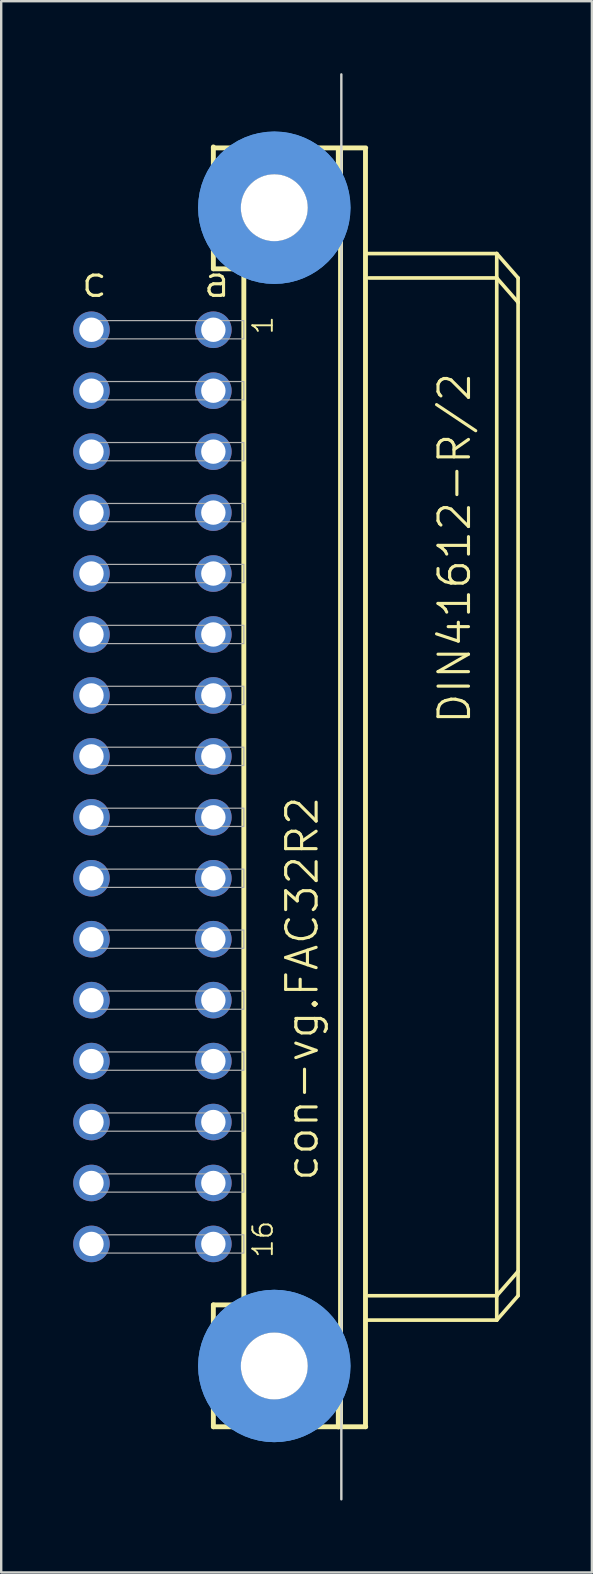
<source format=kicad_pcb>
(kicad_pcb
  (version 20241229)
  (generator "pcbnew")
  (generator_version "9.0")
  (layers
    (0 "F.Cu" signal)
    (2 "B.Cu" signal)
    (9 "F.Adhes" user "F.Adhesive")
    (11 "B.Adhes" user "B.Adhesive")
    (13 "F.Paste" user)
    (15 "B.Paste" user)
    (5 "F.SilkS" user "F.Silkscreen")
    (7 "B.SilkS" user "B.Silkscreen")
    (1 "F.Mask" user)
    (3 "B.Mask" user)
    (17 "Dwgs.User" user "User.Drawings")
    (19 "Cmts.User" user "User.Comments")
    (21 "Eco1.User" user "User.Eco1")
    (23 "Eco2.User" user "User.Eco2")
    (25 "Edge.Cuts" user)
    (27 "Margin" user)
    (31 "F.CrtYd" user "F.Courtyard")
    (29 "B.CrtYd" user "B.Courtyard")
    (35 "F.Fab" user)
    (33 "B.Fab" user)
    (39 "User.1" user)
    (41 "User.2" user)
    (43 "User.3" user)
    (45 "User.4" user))
  (footprint "con-vg.FAC32R2"
    (layer "F.Cu")
    (at 8.382 29.743)
    (property "Reference" "con-vg.FAC32R2" (at 1.905 16.51 90) (layer "F.SilkS") (effects (font (size 1.27 1.27) (thickness 0.13)) (justify left bottom)))
    (attr through_hole)
    (fp_line (start -2.54 -26.67) (end -2.54 -26.63) (stroke (width 0.203) (type default)) (layer "F.SilkS"))
    (fp_line (start -2.54 -26.63) (end -2.54 -21.59) (stroke (width 0.203) (type default)) (layer "F.SilkS"))
    (fp_line (start -2.54 -26.63) (end 3.81 -26.63) (stroke (width 0.203) (type default)) (layer "F.SilkS"))
    (fp_line (start -2.54 -21.59) (end -1.27 -21.59) (stroke (width 0.203) (type default)) (layer "F.SilkS"))
    (fp_line (start -2.54 21.59) (end -1.27 21.59) (stroke (width 0.203) (type default)) (layer "F.SilkS"))
    (fp_line (start -2.54 26.67) (end -2.54 21.59) (stroke (width 0.203) (type default)) (layer "F.SilkS"))
    (fp_line (start -2.54 26.67) (end 2.667 26.67) (stroke (width 0.203) (type default)) (layer "F.SilkS"))
    (fp_line (start -1.27 -21.59) (end -1.27 21.59) (stroke (width 0.203) (type default)) (layer "F.SilkS"))
    (fp_line (start -1.27 -21.59) (end 1.27 -21.59) (stroke (width 0.203) (type default)) (layer "F.SilkS"))
    (fp_line (start -1.27 21.59) (end 1.27 21.59) (stroke (width 0.203) (type default)) (layer "F.SilkS"))
    (fp_line (start 1.27 -21.59) (end 2.667 -22.86) (stroke (width 0.203) (type default)) (layer "F.SilkS"))
    (fp_line (start 1.27 21.59) (end 2.667 22.86) (stroke (width 0.203) (type default)) (layer "F.SilkS"))
    (fp_line (start 2.667 -22.86) (end 2.667 -26.543) (stroke (width 0.203) (type default)) (layer "F.SilkS"))
    (fp_line (start 2.667 22.86) (end 2.667 26.67) (stroke (width 0.203) (type default)) (layer "F.SilkS"))
    (fp_line (start 2.667 26.67) (end 3.81 26.67) (stroke (width 0.203) (type default)) (layer "F.SilkS"))
    (fp_line (start 2.76 -26.54) (end 2.76 26.667) (stroke (width 0.203) (type default)) (layer "F.SilkS"))
    (fp_line (start 3.8 26.667) (end 3.8 -26.54) (stroke (width 0.203) (type default)) (layer "F.SilkS"))
    (fp_line (start 3.81 -22.225) (end 9.271 -22.225) (stroke (width 0.152) (type default)) (layer "F.SilkS"))
    (fp_line (start 3.937 21.209) (end 9.271 21.209) (stroke (width 0.152) (type default)) (layer "F.SilkS"))
    (fp_line (start 9.271 -21.209) (end 3.937 -21.209) (stroke (width 0.152) (type default)) (layer "F.SilkS"))
    (fp_line (start 9.271 -21.209) (end 9.271 -22.225) (stroke (width 0.152) (type default)) (layer "F.SilkS"))
    (fp_line (start 9.271 21.209) (end 9.271 -21.209) (stroke (width 0.152) (type default)) (layer "F.SilkS"))
    (fp_line (start 9.271 21.209) (end 10.16 20.193) (stroke (width 0.152) (type default)) (layer "F.SilkS"))
    (fp_line (start 9.271 22.225) (end 3.81 22.225) (stroke (width 0.152) (type default)) (layer "F.SilkS"))
    (fp_line (start 9.271 22.225) (end 9.271 21.209) (stroke (width 0.152) (type default)) (layer "F.SilkS"))
    (fp_line (start 9.271 22.225) (end 10.16 21.209) (stroke (width 0.152) (type default)) (layer "F.SilkS"))
    (fp_line (start 10.16 -21.209) (end 9.271 -22.225) (stroke (width 0.152) (type default)) (layer "F.SilkS"))
    (fp_line (start 10.16 -20.193) (end 9.271 -21.209) (stroke (width 0.152) (type default)) (layer "F.SilkS"))
    (fp_line (start 10.16 -20.193) (end 10.16 -21.209) (stroke (width 0.152) (type default)) (layer "F.SilkS"))
    (fp_line (start 10.16 20.193) (end 10.16 -20.193) (stroke (width 0.152) (type default)) (layer "F.SilkS"))
    (fp_line (start 10.16 21.209) (end 10.16 20.193) (stroke (width 0.152) (type default)) (layer "F.SilkS"))
    (fp_circle (center 0 -24.136) (end 1.27 -24.136) (stroke (width 0.152) (type default)) (fill no) (layer "F.SilkS"))
    (fp_circle (center 0 24.136) (end 1.27 24.136) (stroke (width 0.152) (type default)) (fill no) (layer "F.SilkS"))
    (fp_circle (center 0 -24.136) (end 2.286 -24.136) (stroke (width 1.778) (type default)) (fill no) (layer "Cmts.User"))
    (fp_circle (center 0 -24.136) (end 2.286 -24.136) (stroke (width 1.778) (type default)) (fill no) (layer "Cmts.User"))
    (fp_circle (center 0 24.136) (end 2.286 24.136) (stroke (width 1.778) (type default)) (fill no) (layer "Cmts.User"))
    (fp_circle (center 0 24.136) (end 2.286 24.136) (stroke (width 1.778) (type default)) (fill no) (layer "Cmts.User"))
    (fp_line (start 2.794 29.693) (end 2.794 -29.693) (stroke (width 0.1) (type default)) (layer "Edge.Cuts"))
    (fp_rect (start -7.874 -18.669) (end -1.27 -19.431) (stroke (width 0.05) (type default)) (fill no) (layer "F.Fab"))
    (fp_rect (start -7.874 -16.129) (end -1.27 -16.891) (stroke (width 0.05) (type default)) (fill no) (layer "F.Fab"))
    (fp_rect (start -7.874 -13.589) (end -1.27 -14.351) (stroke (width 0.05) (type default)) (fill no) (layer "F.Fab"))
    (fp_rect (start -7.874 -11.049) (end -1.27 -11.811) (stroke (width 0.05) (type default)) (fill no) (layer "F.Fab"))
    (fp_rect (start -7.874 -8.509) (end -1.27 -9.271) (stroke (width 0.05) (type default)) (fill no) (layer "F.Fab"))
    (fp_rect (start -7.874 -5.969) (end -1.27 -6.731) (stroke (width 0.05) (type default)) (fill no) (layer "F.Fab"))
    (fp_rect (start -7.874 -3.429) (end -1.27 -4.191) (stroke (width 0.05) (type default)) (fill no) (layer "F.Fab"))
    (fp_rect (start -7.874 -0.889) (end -1.27 -1.651) (stroke (width 0.05) (type default)) (fill no) (layer "F.Fab"))
    (fp_rect (start -7.874 1.651) (end -1.27 0.889) (stroke (width 0.05) (type default)) (fill no) (layer "F.Fab"))
    (fp_rect (start -7.874 4.191) (end -1.27 3.429) (stroke (width 0.05) (type default)) (fill no) (layer "F.Fab"))
    (fp_rect (start -7.874 6.731) (end -1.27 5.969) (stroke (width 0.05) (type default)) (fill no) (layer "F.Fab"))
    (fp_rect (start -7.874 9.271) (end -1.27 8.509) (stroke (width 0.05) (type default)) (fill no) (layer "F.Fab"))
    (fp_rect (start -7.874 11.811) (end -1.27 11.049) (stroke (width 0.05) (type default)) (fill no) (layer "F.Fab"))
    (fp_rect (start -7.874 14.351) (end -1.27 13.589) (stroke (width 0.05) (type default)) (fill no) (layer "F.Fab"))
    (fp_rect (start -7.874 16.891) (end -1.27 16.129) (stroke (width 0.05) (type default)) (fill no) (layer "F.Fab"))
    (fp_rect (start -7.874 19.431) (end -1.27 18.669) (stroke (width 0.05) (type default)) (fill no) (layer "F.Fab"))
    (fp_text user "a" (at -3.048 -20.32 0) (layer "F.SilkS") (effects (font (size 1.27 1.27) (thickness 0.13)) (justify left bottom)))
    (fp_text user "1" (at 0 -18.796 90) (layer "F.SilkS") (effects (font (size 0.813 0.813) (thickness 0.08)) (justify left bottom)))
    (fp_text user "16" (at 0 19.685 90) (layer "F.SilkS") (effects (font (size 0.813 0.813) (thickness 0.08)) (justify left bottom)))
    (fp_text user "c" (at -8.128 -20.32 0) (layer "F.SilkS") (effects (font (size 1.27 1.27) (thickness 0.13)) (justify left bottom)))
    (fp_text user "DIN41612-R/2" (at 8.255 -2.54 90) (layer "F.SilkS") (effects (font (size 1.27 1.27) (thickness 0.13)) (justify left bottom)))
    (pad "" np_thru_hole circle (at 0 -24.136) (size 2.794 2.794) (drill 2.794) (layers "*.Cu" "*.Mask"))
    (pad "" np_thru_hole circle (at 0 24.136) (size 2.794 2.794) (drill 2.794) (layers "*.Cu" "*.Mask"))
    (pad "A1" thru_hole circle (at -2.54 -19.05) (size 1.524 1.524) (drill 1.016) (layers "*.Cu" "*.Mask"))
    (pad "A2" thru_hole circle (at -2.54 -16.51) (size 1.524 1.524) (drill 1.016) (layers "*.Cu" "*.Mask"))
    (pad "A3" thru_hole circle (at -2.54 -13.97) (size 1.524 1.524) (drill 1.016) (layers "*.Cu" "*.Mask"))
    (pad "A4" thru_hole circle (at -2.54 -11.43) (size 1.524 1.524) (drill 1.016) (layers "*.Cu" "*.Mask"))
    (pad "A5" thru_hole circle (at -2.54 -8.89) (size 1.524 1.524) (drill 1.016) (layers "*.Cu" "*.Mask"))
    (pad "A6" thru_hole circle (at -2.54 -6.35) (size 1.524 1.524) (drill 1.016) (layers "*.Cu" "*.Mask"))
    (pad "A7" thru_hole circle (at -2.54 -3.81) (size 1.524 1.524) (drill 1.016) (layers "*.Cu" "*.Mask"))
    (pad "A8" thru_hole circle (at -2.54 -1.27) (size 1.524 1.524) (drill 1.016) (layers "*.Cu" "*.Mask"))
    (pad "A9" thru_hole circle (at -2.54 1.27) (size 1.524 1.524) (drill 1.016) (layers "*.Cu" "*.Mask"))
    (pad "A10" thru_hole circle (at -2.54 3.81) (size 1.524 1.524) (drill 1.016) (layers "*.Cu" "*.Mask"))
    (pad "A11" thru_hole circle (at -2.54 6.35) (size 1.524 1.524) (drill 1.016) (layers "*.Cu" "*.Mask"))
    (pad "A12" thru_hole circle (at -2.54 8.89) (size 1.524 1.524) (drill 1.016) (layers "*.Cu" "*.Mask"))
    (pad "A13" thru_hole circle (at -2.54 11.43) (size 1.524 1.524) (drill 1.016) (layers "*.Cu" "*.Mask"))
    (pad "A14" thru_hole circle (at -2.54 13.97) (size 1.524 1.524) (drill 1.016) (layers "*.Cu" "*.Mask"))
    (pad "A15" thru_hole circle (at -2.54 16.51) (size 1.524 1.524) (drill 1.016) (layers "*.Cu" "*.Mask"))
    (pad "A16" thru_hole circle (at -2.54 19.05) (size 1.524 1.524) (drill 1.016) (layers "*.Cu" "*.Mask"))
    (pad "C1" thru_hole circle (at -7.62 -19.05) (size 1.524 1.524) (drill 1.016) (layers "*.Cu" "*.Mask"))
    (pad "C2" thru_hole circle (at -7.62 -16.51) (size 1.524 1.524) (drill 1.016) (layers "*.Cu" "*.Mask"))
    (pad "C3" thru_hole circle (at -7.62 -13.97) (size 1.524 1.524) (drill 1.016) (layers "*.Cu" "*.Mask"))
    (pad "C4" thru_hole circle (at -7.62 -11.43) (size 1.524 1.524) (drill 1.016) (layers "*.Cu" "*.Mask"))
    (pad "C5" thru_hole circle (at -7.62 -8.89) (size 1.524 1.524) (drill 1.016) (layers "*.Cu" "*.Mask"))
    (pad "C6" thru_hole circle (at -7.62 -6.35) (size 1.524 1.524) (drill 1.016) (layers "*.Cu" "*.Mask"))
    (pad "C7" thru_hole circle (at -7.62 -3.81) (size 1.524 1.524) (drill 1.016) (layers "*.Cu" "*.Mask"))
    (pad "C8" thru_hole circle (at -7.62 -1.27) (size 1.524 1.524) (drill 1.016) (layers "*.Cu" "*.Mask"))
    (pad "C9" thru_hole circle (at -7.62 1.27) (size 1.524 1.524) (drill 1.016) (layers "*.Cu" "*.Mask"))
    (pad "C10" thru_hole circle (at -7.62 3.81) (size 1.524 1.524) (drill 1.016) (layers "*.Cu" "*.Mask"))
    (pad "C11" thru_hole circle (at -7.62 6.35) (size 1.524 1.524) (drill 1.016) (layers "*.Cu" "*.Mask"))
    (pad "C12" thru_hole circle (at -7.62 8.89) (size 1.524 1.524) (drill 1.016) (layers "*.Cu" "*.Mask"))
    (pad "C13" thru_hole circle (at -7.62 11.43) (size 1.524 1.524) (drill 1.016) (layers "*.Cu" "*.Mask"))
    (pad "C14" thru_hole circle (at -7.62 13.97) (size 1.524 1.524) (drill 1.016) (layers "*.Cu" "*.Mask"))
    (pad "C15" thru_hole circle (at -7.62 16.51) (size 1.524 1.524) (drill 1.016) (layers "*.Cu" "*.Mask"))
    (pad "C16" thru_hole circle (at -7.62 19.05) (size 1.524 1.524) (drill 1.016) (layers "*.Cu" "*.Mask")))
  (gr_rect
    (start -3 -3)
    (end 21.618 62.485)
    (stroke (width 0.1) (type default))
    (fill no)
    (layer "Edge.Cuts")))
</source>
